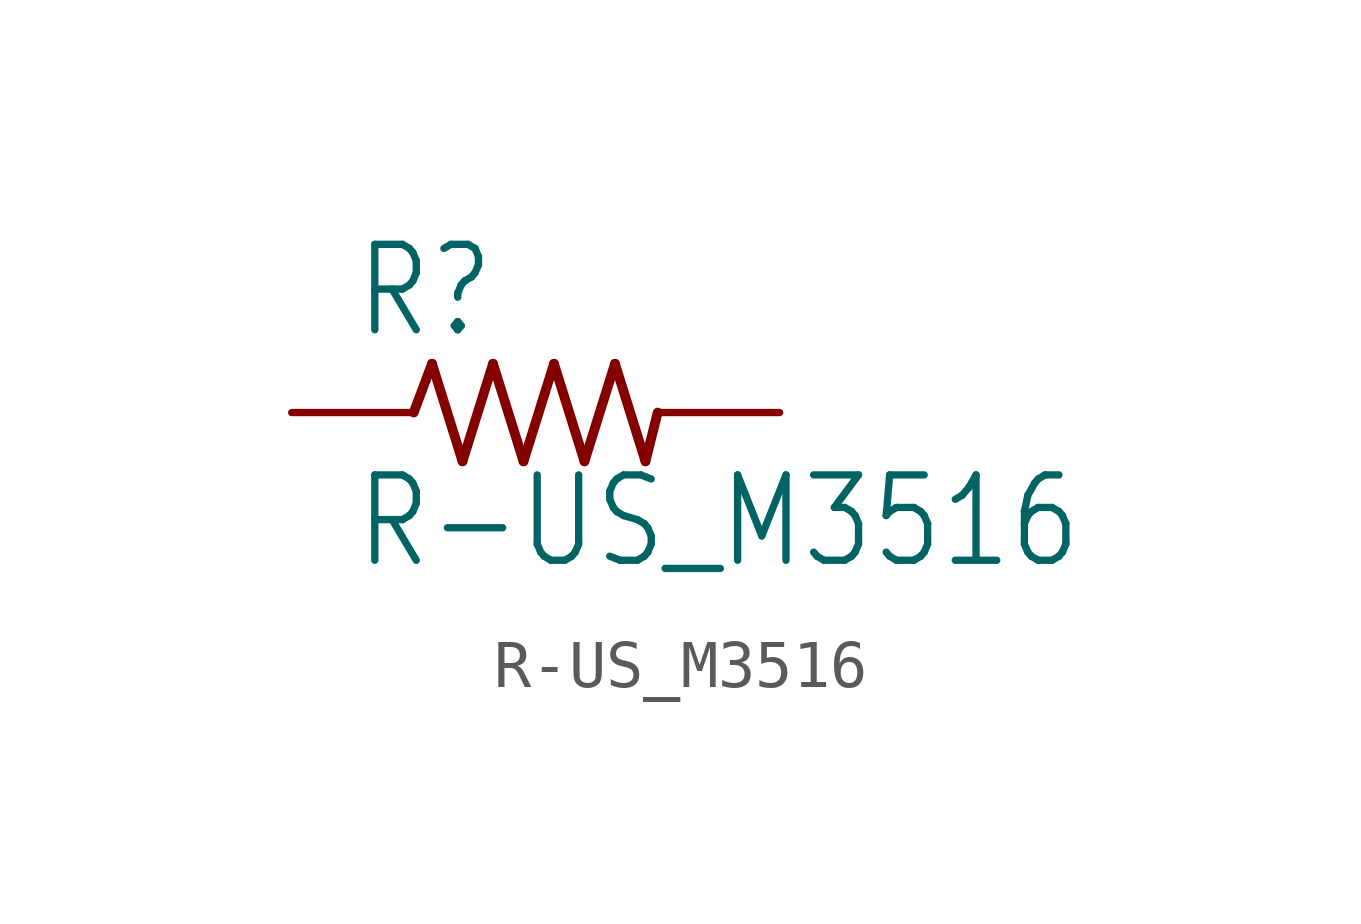
<source format=kicad_sym>
(kicad_symbol_lib
  (version 20211014)
  (generator kicad_symbol_editor)
  (symbol "R-US_M3516"
    (property "Reference" "R"
      (at -3.81 1.499 0)
      (effects (font (size 1.778 1.511)) (justify left bottom)))
    (property "Value" "R-US_M3516"
      (at -3.81 -3.302 0)
      (effects (font (size 1.778 1.511)) (justify left bottom)))
    (property "ki_locked" ""
      (at 0 0 0)
      (effects (font (size 1.27 1.27))))
    (symbol "R-US_M3516_1_0"
      (polyline (pts (xy -2.54 0) (xy -2.159 1.016)) (stroke (width 0.203) (type default) (color 0 0 0 0)) (fill (type none)))
      (polyline (pts (xy -2.159 1.016) (xy -1.524 -1.016)) (stroke (width 0.203) (type default) (color 0 0 0 0)) (fill (type none)))
      (polyline (pts (xy -1.524 -1.016) (xy -0.889 1.016)) (stroke (width 0.203) (type default) (color 0 0 0 0)) (fill (type none)))
      (polyline (pts (xy -0.889 1.016) (xy -0.254 -1.016)) (stroke (width 0.203) (type default) (color 0 0 0 0)) (fill (type none)))
      (polyline (pts (xy -0.254 -1.016) (xy 0.381 1.016)) (stroke (width 0.203) (type default) (color 0 0 0 0)) (fill (type none)))
      (polyline (pts (xy 0.381 1.016) (xy 1.016 -1.016)) (stroke (width 0.203) (type default) (color 0 0 0 0)) (fill (type none)))
      (polyline (pts (xy 1.016 -1.016) (xy 1.651 1.016)) (stroke (width 0.203) (type default) (color 0 0 0 0)) (fill (type none)))
      (polyline (pts (xy 1.651 1.016) (xy 2.286 -1.016)) (stroke (width 0.203) (type default) (color 0 0 0 0)) (fill (type none)))
      (polyline (pts (xy 2.286 -1.016) (xy 2.54 0)) (stroke (width 0.203) (type default) (color 0 0 0 0)) (fill (type none)))
      (pin passive line (at -5.08 0 0) (length 2.54) (name "1" (effects (font (size 0 0)))) (number "1" (effects (font (size 0 0)))))
      (pin passive line (at 5.08 0 180) (length 2.54) (name "2" (effects (font (size 0 0)))) (number "2" (effects (font (size 0 0))))))))
</source>
